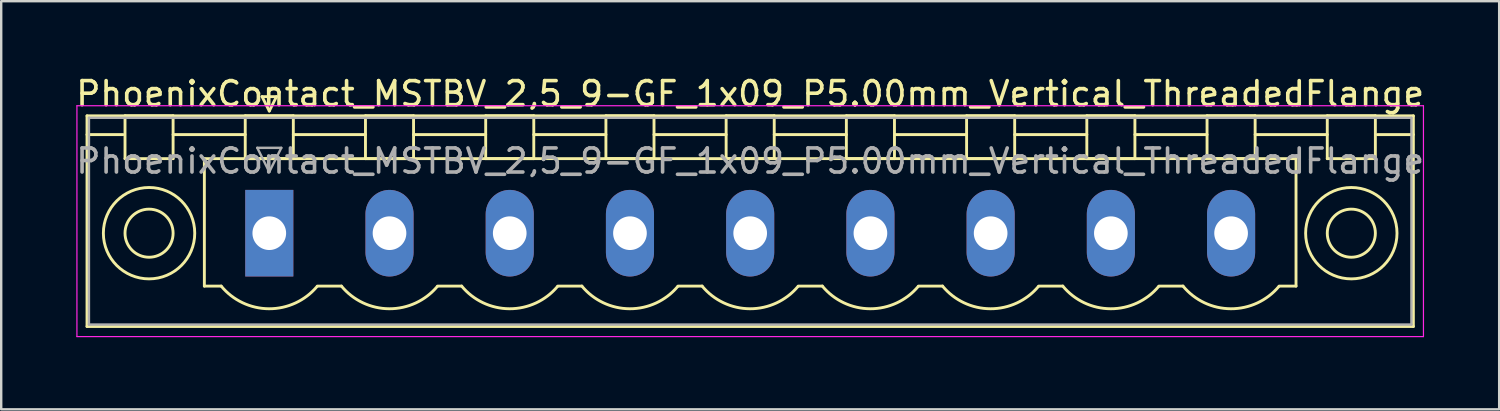
<source format=kicad_pcb>
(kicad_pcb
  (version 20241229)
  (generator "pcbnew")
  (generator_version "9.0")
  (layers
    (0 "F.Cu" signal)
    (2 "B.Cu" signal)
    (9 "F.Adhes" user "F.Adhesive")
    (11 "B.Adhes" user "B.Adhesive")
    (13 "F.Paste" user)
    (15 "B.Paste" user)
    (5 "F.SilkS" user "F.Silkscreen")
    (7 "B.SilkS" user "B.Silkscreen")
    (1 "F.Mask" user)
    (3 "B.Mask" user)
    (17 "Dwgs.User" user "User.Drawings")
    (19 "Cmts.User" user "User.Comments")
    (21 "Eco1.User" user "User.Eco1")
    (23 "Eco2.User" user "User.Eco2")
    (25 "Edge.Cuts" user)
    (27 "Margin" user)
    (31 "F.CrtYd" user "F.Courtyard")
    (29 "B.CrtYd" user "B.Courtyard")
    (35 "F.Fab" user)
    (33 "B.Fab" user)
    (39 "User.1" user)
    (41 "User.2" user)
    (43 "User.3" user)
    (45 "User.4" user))
  (footprint "PhoenixContact_MSTBV_2,5_9-GF_1x09_P5.00mm_Vertical_ThreadedFlange"
    (layer "F.Cu")
    (at 8.149 6.648)
    (property "Reference" "PhoenixContact_MSTBV_2,5_9-GF_1x09_P5.00mm_Vertical_ThreadedFlange" (at 20 -5.8 0) (layer "F.SilkS") (effects (font (size 1 1) (thickness 0.15))))
    (attr through_hole)
    (fp_line (start -7.58 -4.88) (end -7.58 3.88) (stroke (width 0.12) (type solid)) (layer "F.SilkS"))
    (fp_line (start -7.58 -4.1) (end -6.08 -4.1) (stroke (width 0.12) (type solid)) (layer "F.SilkS"))
    (fp_line (start -7.58 3.88) (end 47.58 3.88) (stroke (width 0.12) (type solid)) (layer "F.SilkS"))
    (fp_line (start -6 -4.88) (end -4 -4.88) (stroke (width 0.12) (type solid)) (layer "F.SilkS"))
    (fp_line (start -6 -3.1) (end -6 -4.88) (stroke (width 0.12) (type solid)) (layer "F.SilkS"))
    (fp_line (start -4 -4.88) (end -4 -3.1) (stroke (width 0.12) (type solid)) (layer "F.SilkS"))
    (fp_line (start -4 -4.1) (end -1 -4.1) (stroke (width 0.12) (type solid)) (layer "F.SilkS"))
    (fp_line (start -4 -3.1) (end -6 -3.1) (stroke (width 0.12) (type solid)) (layer "F.SilkS"))
    (fp_line (start -2.7 -3.1) (end 42.7 -3.1) (stroke (width 0.12) (type solid)) (layer "F.SilkS"))
    (fp_line (start -2.7 2.2) (end -2.7 -3.1) (stroke (width 0.12) (type solid)) (layer "F.SilkS"))
    (fp_line (start -2 2.2) (end -2.7 2.2) (stroke (width 0.12) (type solid)) (layer "F.SilkS"))
    (fp_line (start -1 -4.88) (end 1 -4.88) (stroke (width 0.12) (type solid)) (layer "F.SilkS"))
    (fp_line (start -1 -3.1) (end -1 -4.88) (stroke (width 0.12) (type solid)) (layer "F.SilkS"))
    (fp_line (start -0.3 -5.68) (end 0.3 -5.68) (stroke (width 0.12) (type solid)) (layer "F.SilkS"))
    (fp_line (start 0 -5.08) (end -0.3 -5.68) (stroke (width 0.12) (type solid)) (layer "F.SilkS"))
    (fp_line (start 0.3 -5.68) (end 0 -5.08) (stroke (width 0.12) (type solid)) (layer "F.SilkS"))
    (fp_line (start 1 -4.88) (end 1 -3.1) (stroke (width 0.12) (type solid)) (layer "F.SilkS"))
    (fp_line (start 1 -4.1) (end 4 -4.1) (stroke (width 0.12) (type solid)) (layer "F.SilkS"))
    (fp_line (start 1 -3.1) (end -1 -3.1) (stroke (width 0.12) (type solid)) (layer "F.SilkS"))
    (fp_line (start 2 2.2) (end 3 2.2) (stroke (width 0.12) (type solid)) (layer "F.SilkS"))
    (fp_line (start 4 -4.88) (end 6 -4.88) (stroke (width 0.12) (type solid)) (layer "F.SilkS"))
    (fp_line (start 4 -3.1) (end 4 -4.88) (stroke (width 0.12) (type solid)) (layer "F.SilkS"))
    (fp_line (start 6 -4.88) (end 6 -3.1) (stroke (width 0.12) (type solid)) (layer "F.SilkS"))
    (fp_line (start 6 -4.1) (end 9 -4.1) (stroke (width 0.12) (type solid)) (layer "F.SilkS"))
    (fp_line (start 6 -3.1) (end 4 -3.1) (stroke (width 0.12) (type solid)) (layer "F.SilkS"))
    (fp_line (start 7 2.2) (end 8 2.2) (stroke (width 0.12) (type solid)) (layer "F.SilkS"))
    (fp_line (start 9 -4.88) (end 11 -4.88) (stroke (width 0.12) (type solid)) (layer "F.SilkS"))
    (fp_line (start 9 -3.1) (end 9 -4.88) (stroke (width 0.12) (type solid)) (layer "F.SilkS"))
    (fp_line (start 11 -4.88) (end 11 -3.1) (stroke (width 0.12) (type solid)) (layer "F.SilkS"))
    (fp_line (start 11 -4.1) (end 14 -4.1) (stroke (width 0.12) (type solid)) (layer "F.SilkS"))
    (fp_line (start 11 -3.1) (end 9 -3.1) (stroke (width 0.12) (type solid)) (layer "F.SilkS"))
    (fp_line (start 12 2.2) (end 13 2.2) (stroke (width 0.12) (type solid)) (layer "F.SilkS"))
    (fp_line (start 14 -4.88) (end 16 -4.88) (stroke (width 0.12) (type solid)) (layer "F.SilkS"))
    (fp_line (start 14 -3.1) (end 14 -4.88) (stroke (width 0.12) (type solid)) (layer "F.SilkS"))
    (fp_line (start 16 -4.88) (end 16 -3.1) (stroke (width 0.12) (type solid)) (layer "F.SilkS"))
    (fp_line (start 16 -4.1) (end 19 -4.1) (stroke (width 0.12) (type solid)) (layer "F.SilkS"))
    (fp_line (start 16 -3.1) (end 14 -3.1) (stroke (width 0.12) (type solid)) (layer "F.SilkS"))
    (fp_line (start 17 2.2) (end 18 2.2) (stroke (width 0.12) (type solid)) (layer "F.SilkS"))
    (fp_line (start 19 -4.88) (end 21 -4.88) (stroke (width 0.12) (type solid)) (layer "F.SilkS"))
    (fp_line (start 19 -3.1) (end 19 -4.88) (stroke (width 0.12) (type solid)) (layer "F.SilkS"))
    (fp_line (start 21 -4.88) (end 21 -3.1) (stroke (width 0.12) (type solid)) (layer "F.SilkS"))
    (fp_line (start 21 -4.1) (end 24 -4.1) (stroke (width 0.12) (type solid)) (layer "F.SilkS"))
    (fp_line (start 21 -3.1) (end 19 -3.1) (stroke (width 0.12) (type solid)) (layer "F.SilkS"))
    (fp_line (start 22 2.2) (end 23 2.2) (stroke (width 0.12) (type solid)) (layer "F.SilkS"))
    (fp_line (start 24 -4.88) (end 26 -4.88) (stroke (width 0.12) (type solid)) (layer "F.SilkS"))
    (fp_line (start 24 -3.1) (end 24 -4.88) (stroke (width 0.12) (type solid)) (layer "F.SilkS"))
    (fp_line (start 26 -4.88) (end 26 -3.1) (stroke (width 0.12) (type solid)) (layer "F.SilkS"))
    (fp_line (start 26 -4.1) (end 29 -4.1) (stroke (width 0.12) (type solid)) (layer "F.SilkS"))
    (fp_line (start 26 -3.1) (end 24 -3.1) (stroke (width 0.12) (type solid)) (layer "F.SilkS"))
    (fp_line (start 27 2.2) (end 28 2.2) (stroke (width 0.12) (type solid)) (layer "F.SilkS"))
    (fp_line (start 29 -4.88) (end 31 -4.88) (stroke (width 0.12) (type solid)) (layer "F.SilkS"))
    (fp_line (start 29 -3.1) (end 29 -4.88) (stroke (width 0.12) (type solid)) (layer "F.SilkS"))
    (fp_line (start 31 -4.88) (end 31 -3.1) (stroke (width 0.12) (type solid)) (layer "F.SilkS"))
    (fp_line (start 31 -4.1) (end 34 -4.1) (stroke (width 0.12) (type solid)) (layer "F.SilkS"))
    (fp_line (start 31 -3.1) (end 29 -3.1) (stroke (width 0.12) (type solid)) (layer "F.SilkS"))
    (fp_line (start 32 2.2) (end 33 2.2) (stroke (width 0.12) (type solid)) (layer "F.SilkS"))
    (fp_line (start 34 -4.88) (end 36 -4.88) (stroke (width 0.12) (type solid)) (layer "F.SilkS"))
    (fp_line (start 34 -3.1) (end 34 -4.88) (stroke (width 0.12) (type solid)) (layer "F.SilkS"))
    (fp_line (start 36 -4.88) (end 36 -3.1) (stroke (width 0.12) (type solid)) (layer "F.SilkS"))
    (fp_line (start 36 -4.1) (end 39 -4.1) (stroke (width 0.12) (type solid)) (layer "F.SilkS"))
    (fp_line (start 36 -3.1) (end 34 -3.1) (stroke (width 0.12) (type solid)) (layer "F.SilkS"))
    (fp_line (start 37 2.2) (end 38 2.2) (stroke (width 0.12) (type solid)) (layer "F.SilkS"))
    (fp_line (start 39 -4.88) (end 41 -4.88) (stroke (width 0.12) (type solid)) (layer "F.SilkS"))
    (fp_line (start 39 -3.1) (end 39 -4.88) (stroke (width 0.12) (type solid)) (layer "F.SilkS"))
    (fp_line (start 41 -4.88) (end 41 -3.1) (stroke (width 0.12) (type solid)) (layer "F.SilkS"))
    (fp_line (start 41 -4.1) (end 44 -4.1) (stroke (width 0.12) (type solid)) (layer "F.SilkS"))
    (fp_line (start 41 -3.1) (end 39 -3.1) (stroke (width 0.12) (type solid)) (layer "F.SilkS"))
    (fp_line (start 42.7 -3.1) (end 42.7 2.2) (stroke (width 0.12) (type solid)) (layer "F.SilkS"))
    (fp_line (start 42.7 2.2) (end 42 2.2) (stroke (width 0.12) (type solid)) (layer "F.SilkS"))
    (fp_line (start 44 -4.88) (end 46 -4.88) (stroke (width 0.12) (type solid)) (layer "F.SilkS"))
    (fp_line (start 44 -3.1) (end 44 -4.88) (stroke (width 0.12) (type solid)) (layer "F.SilkS"))
    (fp_line (start 46 -4.88) (end 46 -3.1) (stroke (width 0.12) (type solid)) (layer "F.SilkS"))
    (fp_line (start 46 -3.1) (end 44 -3.1) (stroke (width 0.12) (type solid)) (layer "F.SilkS"))
    (fp_line (start 47.58 -4.88) (end -7.58 -4.88) (stroke (width 0.12) (type solid)) (layer "F.SilkS"))
    (fp_line (start 47.58 -4.1) (end 46.08 -4.1) (stroke (width 0.12) (type solid)) (layer "F.SilkS"))
    (fp_line (start 47.58 3.88) (end 47.58 -4.88) (stroke (width 0.12) (type solid)) (layer "F.SilkS"))
    (fp_arc (start 1.986842 2.215821) (mid -0.010289 3.142758) (end -2 2.2) (stroke (width 0.12) (type solid)) (layer "F.SilkS"))
    (fp_arc (start 6.986842 2.215821) (mid 4.989711 3.142758) (end 3 2.2) (stroke (width 0.12) (type solid)) (layer "F.SilkS"))
    (fp_arc (start 11.986842 2.215821) (mid 9.989711 3.142758) (end 8 2.2) (stroke (width 0.12) (type solid)) (layer "F.SilkS"))
    (fp_arc (start 16.986842 2.215821) (mid 14.989711 3.142758) (end 13 2.2) (stroke (width 0.12) (type solid)) (layer "F.SilkS"))
    (fp_arc (start 21.986842 2.215821) (mid 19.989711 3.142758) (end 18 2.2) (stroke (width 0.12) (type solid)) (layer "F.SilkS"))
    (fp_arc (start 26.986842 2.215821) (mid 24.989711 3.142758) (end 23 2.2) (stroke (width 0.12) (type solid)) (layer "F.SilkS"))
    (fp_arc (start 31.986842 2.215821) (mid 29.989711 3.142758) (end 28 2.2) (stroke (width 0.12) (type solid)) (layer "F.SilkS"))
    (fp_arc (start 36.986842 2.215821) (mid 34.989711 3.142758) (end 33 2.2) (stroke (width 0.12) (type solid)) (layer "F.SilkS"))
    (fp_arc (start 41.986842 2.215821) (mid 39.989711 3.142758) (end 38 2.2) (stroke (width 0.12) (type solid)) (layer "F.SilkS"))
    (fp_circle (center -5 0) (end -4 0) (stroke (width 0.12) (type solid)) (fill no) (layer "F.SilkS"))
    (fp_circle (center -5 0) (end -3.1 0) (stroke (width 0.12) (type solid)) (fill no) (layer "F.SilkS"))
    (fp_circle (center 45 0) (end 46 0) (stroke (width 0.12) (type solid)) (fill no) (layer "F.SilkS"))
    (fp_circle (center 45 0) (end 46.9 0) (stroke (width 0.12) (type solid)) (fill no) (layer "F.SilkS"))
    (fp_line (start -8 -5.3) (end -8 4.3) (stroke (width 0.05) (type solid)) (layer "F.CrtYd"))
    (fp_line (start -8 4.3) (end 48 4.3) (stroke (width 0.05) (type solid)) (layer "F.CrtYd"))
    (fp_line (start 48 -5.3) (end -8 -5.3) (stroke (width 0.05) (type solid)) (layer "F.CrtYd"))
    (fp_line (start 48 4.3) (end 48 -5.3) (stroke (width 0.05) (type solid)) (layer "F.CrtYd"))
    (fp_line (start -7.5 -4.8) (end -7.5 3.8) (stroke (width 0.1) (type solid)) (layer "F.Fab"))
    (fp_line (start -7.5 3.8) (end 47.5 3.8) (stroke (width 0.1) (type solid)) (layer "F.Fab"))
    (fp_line (start -0.5 -3.55) (end 0.5 -3.55) (stroke (width 0.1) (type solid)) (layer "F.Fab"))
    (fp_line (start 0 -2.55) (end -0.5 -3.55) (stroke (width 0.1) (type solid)) (layer "F.Fab"))
    (fp_line (start 0.5 -3.55) (end 0 -2.55) (stroke (width 0.1) (type solid)) (layer "F.Fab"))
    (fp_line (start 47.5 -4.8) (end -7.5 -4.8) (stroke (width 0.1) (type solid)) (layer "F.Fab"))
    (fp_line (start 47.5 3.8) (end 47.5 -4.8) (stroke (width 0.1) (type solid)) (layer "F.Fab"))
    (fp_text user "${REFERENCE}" (at 20 -3 0) (layer "F.Fab") (effects (font (size 1 1) (thickness 0.15))))
    (pad "1" thru_hole rect (at 0 0) (size 2 3.6) (drill 1.4) (layers "*.Cu" "*.Mask"))
    (pad "2" thru_hole oval (at 5 0) (size 2 3.6) (drill 1.4) (layers "*.Cu" "*.Mask"))
    (pad "3" thru_hole oval (at 10 0) (size 2 3.6) (drill 1.4) (layers "*.Cu" "*.Mask"))
    (pad "4" thru_hole oval (at 15 0) (size 2 3.6) (drill 1.4) (layers "*.Cu" "*.Mask"))
    (pad "5" thru_hole oval (at 20 0) (size 2 3.6) (drill 1.4) (layers "*.Cu" "*.Mask"))
    (pad "6" thru_hole oval (at 25 0) (size 2 3.6) (drill 1.4) (layers "*.Cu" "*.Mask"))
    (pad "7" thru_hole oval (at 30 0) (size 2 3.6) (drill 1.4) (layers "*.Cu" "*.Mask"))
    (pad "8" thru_hole oval (at 35 0) (size 2 3.6) (drill 1.4) (layers "*.Cu" "*.Mask"))
    (pad "9" thru_hole oval (at 40 0) (size 2 3.6) (drill 1.4) (layers "*.Cu" "*.Mask")))
  (gr_rect
    (start -3 -3)
    (end 59.298 13.973)
    (stroke (width 0.1) (type default))
    (fill no)
    (layer "Edge.Cuts")))
</source>
